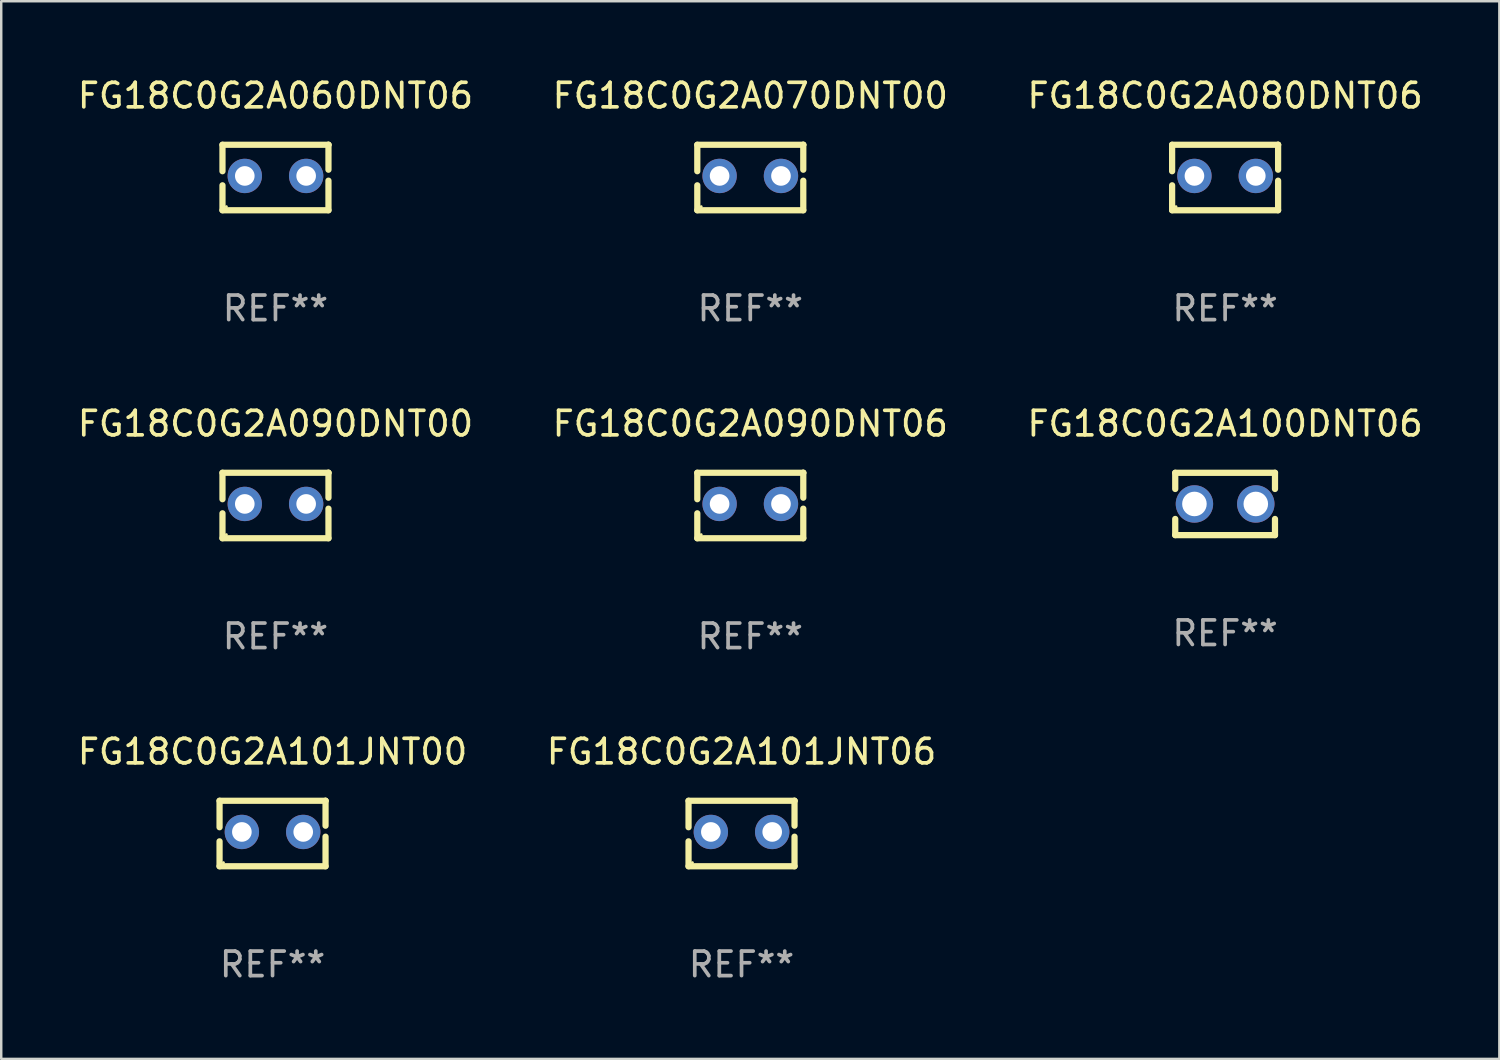
<source format=kicad_pcb>
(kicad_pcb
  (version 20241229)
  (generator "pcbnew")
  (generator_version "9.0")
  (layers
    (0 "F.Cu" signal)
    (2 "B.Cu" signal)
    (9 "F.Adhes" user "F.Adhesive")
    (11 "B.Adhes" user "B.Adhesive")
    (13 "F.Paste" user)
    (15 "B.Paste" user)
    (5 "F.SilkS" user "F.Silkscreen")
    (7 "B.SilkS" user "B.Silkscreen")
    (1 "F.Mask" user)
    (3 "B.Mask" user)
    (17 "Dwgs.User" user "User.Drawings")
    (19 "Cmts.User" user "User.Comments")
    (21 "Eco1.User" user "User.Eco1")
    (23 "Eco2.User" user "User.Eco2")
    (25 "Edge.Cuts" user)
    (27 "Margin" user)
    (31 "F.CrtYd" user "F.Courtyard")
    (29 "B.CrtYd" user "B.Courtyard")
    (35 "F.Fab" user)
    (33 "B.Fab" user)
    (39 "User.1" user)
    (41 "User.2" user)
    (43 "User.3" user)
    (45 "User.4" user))
  (footprint "FG18C0G2A100DNT06"
    (layer "F.Cu")
    (at 46.863 17.482)
    (property "Reference" "FG18C0G2A100DNT06" (at 0 -3.27 0) (layer "F.SilkS") (effects (font (size 1 1) (thickness 0.15))))
    (attr through_hole)
    (fp_line (start -2.032 -1.27) (end -2.032 -0.611) (stroke (width 0.254) (type solid)) (layer "F.SilkS"))
    (fp_line (start -2.032 0.611) (end -2.032 1.27) (stroke (width 0.254) (type solid)) (layer "F.SilkS"))
    (fp_line (start -2.032 1.27) (end 2.032 1.27) (stroke (width 0.254) (type solid)) (layer "F.SilkS"))
    (fp_line (start 2.032 -1.27) (end -2.032 -1.27) (stroke (width 0.254) (type solid)) (layer "F.SilkS"))
    (fp_line (start 2.032 -0.611) (end 2.032 -1.27) (stroke (width 0.254) (type solid)) (layer "F.SilkS"))
    (fp_line (start 2.032 1.27) (end 2.032 0.611) (stroke (width 0.254) (type solid)) (layer "F.SilkS"))
    (fp_circle (center -2 1.25) (end -1.97 1.25) (stroke (width 0.06) (type solid)) (fill no) (layer "F.SilkS"))
    (fp_text user "REF**" (at 0 5.27 0) (layer "F.Fab") (effects (font (size 1 1) (thickness 0.15))))
    (pad "1" thru_hole circle (at -1.25 0) (size 1.524 1.524) (drill 1) (layers "*.Cu" "*.Mask"))
    (pad "2" thru_hole circle (at 1.25 0) (size 1.524 1.524) (drill 1) (layers "*.Cu" "*.Mask")))
  (footprint "FG18C0G2A060DNT06"
    (layer "F.Cu")
    (at 8.173 4.182)
    (property "Reference" "FG18C0G2A060DNT06" (at 0 -3.334 0) (layer "F.SilkS") (effects (font (size 1 1) (thickness 0.15))))
    (attr through_hole)
    (fp_line (start -2.159 -1.334) (end 2.159 -1.334) (stroke (width 0.254) (type solid)) (layer "F.SilkS"))
    (fp_line (start -2.159 -0.256) (end -2.159 -1.334) (stroke (width 0.254) (type solid)) (layer "F.SilkS"))
    (fp_line (start -2.159 1.334) (end -2.159 0.318) (stroke (width 0.254) (type solid)) (layer "F.SilkS"))
    (fp_line (start 2.159 -1.334) (end 2.159 -1.334) (stroke (width 0.254) (type solid)) (layer "F.SilkS"))
    (fp_line (start 2.159 -1.334) (end 2.159 -0.318) (stroke (width 0.254) (type solid)) (layer "F.SilkS"))
    (fp_line (start 2.159 0.129) (end 2.159 1.334) (stroke (width 0.254) (type solid)) (layer "F.SilkS"))
    (fp_line (start 2.159 1.334) (end -2.159 1.334) (stroke (width 0.254) (type solid)) (layer "F.SilkS"))
    (fp_circle (center -2 1.186) (end -1.97 1.186) (stroke (width 0.06) (type solid)) (fill no) (layer "F.SilkS"))
    (fp_text user "REF**" (at 0 5.334 0) (layer "F.Fab") (effects (font (size 1 1) (thickness 0.15))))
    (pad "1" thru_hole circle (at -1.25 -0.064) (size 1.4 1.4) (drill 0.8) (layers "*.Cu" "*.Mask"))
    (pad "2" thru_hole circle (at 1.25 -0.064) (size 1.4 1.4) (drill 0.8) (layers "*.Cu" "*.Mask")))
  (footprint "FG18C0G2A101JNT00"
    (layer "F.Cu")
    (at 8.054 30.909)
    (property "Reference" "FG18C0G2A101JNT00" (at 0 -3.334 0) (layer "F.SilkS") (effects (font (size 1 1) (thickness 0.15))))
    (attr through_hole)
    (fp_line (start -2.159 -1.334) (end 2.159 -1.334) (stroke (width 0.254) (type solid)) (layer "F.SilkS"))
    (fp_line (start -2.159 -0.256) (end -2.159 -1.334) (stroke (width 0.254) (type solid)) (layer "F.SilkS"))
    (fp_line (start -2.159 1.334) (end -2.159 0.318) (stroke (width 0.254) (type solid)) (layer "F.SilkS"))
    (fp_line (start 2.159 -1.334) (end 2.159 -1.334) (stroke (width 0.254) (type solid)) (layer "F.SilkS"))
    (fp_line (start 2.159 -1.334) (end 2.159 -0.318) (stroke (width 0.254) (type solid)) (layer "F.SilkS"))
    (fp_line (start 2.159 0.129) (end 2.159 1.334) (stroke (width 0.254) (type solid)) (layer "F.SilkS"))
    (fp_line (start 2.159 1.334) (end -2.159 1.334) (stroke (width 0.254) (type solid)) (layer "F.SilkS"))
    (fp_circle (center -2 1.186) (end -1.97 1.186) (stroke (width 0.06) (type solid)) (fill no) (layer "F.SilkS"))
    (fp_text user "REF**" (at 0 5.334 0) (layer "F.Fab") (effects (font (size 1 1) (thickness 0.15))))
    (pad "1" thru_hole circle (at -1.25 -0.064) (size 1.4 1.4) (drill 0.8) (layers "*.Cu" "*.Mask"))
    (pad "2" thru_hole circle (at 1.25 -0.064) (size 1.4 1.4) (drill 0.8) (layers "*.Cu" "*.Mask")))
  (footprint "FG18C0G2A101JNT06"
    (layer "F.Cu")
    (at 27.161 30.909)
    (property "Reference" "FG18C0G2A101JNT06" (at 0 -3.334 0) (layer "F.SilkS") (effects (font (size 1 1) (thickness 0.15))))
    (attr through_hole)
    (fp_line (start -2.159 -1.334) (end 2.159 -1.334) (stroke (width 0.254) (type solid)) (layer "F.SilkS"))
    (fp_line (start -2.159 -0.256) (end -2.159 -1.334) (stroke (width 0.254) (type solid)) (layer "F.SilkS"))
    (fp_line (start -2.159 1.334) (end -2.159 0.318) (stroke (width 0.254) (type solid)) (layer "F.SilkS"))
    (fp_line (start 2.159 -1.334) (end 2.159 -1.334) (stroke (width 0.254) (type solid)) (layer "F.SilkS"))
    (fp_line (start 2.159 -1.334) (end 2.159 -0.318) (stroke (width 0.254) (type solid)) (layer "F.SilkS"))
    (fp_line (start 2.159 0.129) (end 2.159 1.334) (stroke (width 0.254) (type solid)) (layer "F.SilkS"))
    (fp_line (start 2.159 1.334) (end -2.159 1.334) (stroke (width 0.254) (type solid)) (layer "F.SilkS"))
    (fp_circle (center -2 1.186) (end -1.97 1.186) (stroke (width 0.06) (type solid)) (fill no) (layer "F.SilkS"))
    (fp_text user "REF**" (at 0 5.334 0) (layer "F.Fab") (effects (font (size 1 1) (thickness 0.15))))
    (pad "1" thru_hole circle (at -1.25 -0.064) (size 1.4 1.4) (drill 0.8) (layers "*.Cu" "*.Mask"))
    (pad "2" thru_hole circle (at 1.25 -0.064) (size 1.4 1.4) (drill 0.8) (layers "*.Cu" "*.Mask")))
  (footprint "FG18C0G2A070DNT00"
    (layer "F.Cu")
    (at 27.518 4.182)
    (property "Reference" "FG18C0G2A070DNT00" (at 0 -3.334 0) (layer "F.SilkS") (effects (font (size 1 1) (thickness 0.15))))
    (attr through_hole)
    (fp_line (start -2.159 -1.334) (end 2.159 -1.334) (stroke (width 0.254) (type solid)) (layer "F.SilkS"))
    (fp_line (start -2.159 -0.256) (end -2.159 -1.334) (stroke (width 0.254) (type solid)) (layer "F.SilkS"))
    (fp_line (start -2.159 1.334) (end -2.159 0.318) (stroke (width 0.254) (type solid)) (layer "F.SilkS"))
    (fp_line (start 2.159 -1.334) (end 2.159 -1.334) (stroke (width 0.254) (type solid)) (layer "F.SilkS"))
    (fp_line (start 2.159 -1.334) (end 2.159 -0.318) (stroke (width 0.254) (type solid)) (layer "F.SilkS"))
    (fp_line (start 2.159 0.129) (end 2.159 1.334) (stroke (width 0.254) (type solid)) (layer "F.SilkS"))
    (fp_line (start 2.159 1.334) (end -2.159 1.334) (stroke (width 0.254) (type solid)) (layer "F.SilkS"))
    (fp_circle (center -2 1.186) (end -1.97 1.186) (stroke (width 0.06) (type solid)) (fill no) (layer "F.SilkS"))
    (fp_text user "REF**" (at 0 5.334 0) (layer "F.Fab") (effects (font (size 1 1) (thickness 0.15))))
    (pad "1" thru_hole circle (at -1.25 -0.064) (size 1.4 1.4) (drill 0.8) (layers "*.Cu" "*.Mask"))
    (pad "2" thru_hole circle (at 1.25 -0.064) (size 1.4 1.4) (drill 0.8) (layers "*.Cu" "*.Mask")))
  (footprint "FG18C0G2A090DNT06"
    (layer "F.Cu")
    (at 27.518 17.545)
    (property "Reference" "FG18C0G2A090DNT06" (at 0 -3.334 0) (layer "F.SilkS") (effects (font (size 1 1) (thickness 0.15))))
    (attr through_hole)
    (fp_line (start -2.159 -1.334) (end 2.159 -1.334) (stroke (width 0.254) (type solid)) (layer "F.SilkS"))
    (fp_line (start -2.159 -0.256) (end -2.159 -1.334) (stroke (width 0.254) (type solid)) (layer "F.SilkS"))
    (fp_line (start -2.159 1.334) (end -2.159 0.318) (stroke (width 0.254) (type solid)) (layer "F.SilkS"))
    (fp_line (start 2.159 -1.334) (end 2.159 -1.334) (stroke (width 0.254) (type solid)) (layer "F.SilkS"))
    (fp_line (start 2.159 -1.334) (end 2.159 -0.318) (stroke (width 0.254) (type solid)) (layer "F.SilkS"))
    (fp_line (start 2.159 0.129) (end 2.159 1.334) (stroke (width 0.254) (type solid)) (layer "F.SilkS"))
    (fp_line (start 2.159 1.334) (end -2.159 1.334) (stroke (width 0.254) (type solid)) (layer "F.SilkS"))
    (fp_circle (center -2 1.186) (end -1.97 1.186) (stroke (width 0.06) (type solid)) (fill no) (layer "F.SilkS"))
    (fp_text user "REF**" (at 0 5.334 0) (layer "F.Fab") (effects (font (size 1 1) (thickness 0.15))))
    (pad "1" thru_hole circle (at -1.25 -0.064) (size 1.4 1.4) (drill 0.8) (layers "*.Cu" "*.Mask"))
    (pad "2" thru_hole circle (at 1.25 -0.064) (size 1.4 1.4) (drill 0.8) (layers "*.Cu" "*.Mask")))
  (footprint "FG18C0G2A090DNT00"
    (layer "F.Cu")
    (at 8.173 17.545)
    (property "Reference" "FG18C0G2A090DNT00" (at 0 -3.334 0) (layer "F.SilkS") (effects (font (size 1 1) (thickness 0.15))))
    (attr through_hole)
    (fp_line (start -2.159 -1.334) (end 2.159 -1.334) (stroke (width 0.254) (type solid)) (layer "F.SilkS"))
    (fp_line (start -2.159 -0.256) (end -2.159 -1.334) (stroke (width 0.254) (type solid)) (layer "F.SilkS"))
    (fp_line (start -2.159 1.334) (end -2.159 0.318) (stroke (width 0.254) (type solid)) (layer "F.SilkS"))
    (fp_line (start 2.159 -1.334) (end 2.159 -1.334) (stroke (width 0.254) (type solid)) (layer "F.SilkS"))
    (fp_line (start 2.159 -1.334) (end 2.159 -0.318) (stroke (width 0.254) (type solid)) (layer "F.SilkS"))
    (fp_line (start 2.159 0.129) (end 2.159 1.334) (stroke (width 0.254) (type solid)) (layer "F.SilkS"))
    (fp_line (start 2.159 1.334) (end -2.159 1.334) (stroke (width 0.254) (type solid)) (layer "F.SilkS"))
    (fp_circle (center -2 1.186) (end -1.97 1.186) (stroke (width 0.06) (type solid)) (fill no) (layer "F.SilkS"))
    (fp_text user "REF**" (at 0 5.334 0) (layer "F.Fab") (effects (font (size 1 1) (thickness 0.15))))
    (pad "1" thru_hole circle (at -1.25 -0.064) (size 1.4 1.4) (drill 0.8) (layers "*.Cu" "*.Mask"))
    (pad "2" thru_hole circle (at 1.25 -0.064) (size 1.4 1.4) (drill 0.8) (layers "*.Cu" "*.Mask")))
  (footprint "FG18C0G2A080DNT06"
    (layer "F.Cu")
    (at 46.863 4.182)
    (property "Reference" "FG18C0G2A080DNT06" (at 0 -3.334 0) (layer "F.SilkS") (effects (font (size 1 1) (thickness 0.15))))
    (attr through_hole)
    (fp_line (start -2.159 -1.334) (end 2.159 -1.334) (stroke (width 0.254) (type solid)) (layer "F.SilkS"))
    (fp_line (start -2.159 -0.256) (end -2.159 -1.334) (stroke (width 0.254) (type solid)) (layer "F.SilkS"))
    (fp_line (start -2.159 1.334) (end -2.159 0.318) (stroke (width 0.254) (type solid)) (layer "F.SilkS"))
    (fp_line (start 2.159 -1.334) (end 2.159 -1.334) (stroke (width 0.254) (type solid)) (layer "F.SilkS"))
    (fp_line (start 2.159 -1.334) (end 2.159 -0.318) (stroke (width 0.254) (type solid)) (layer "F.SilkS"))
    (fp_line (start 2.159 0.129) (end 2.159 1.334) (stroke (width 0.254) (type solid)) (layer "F.SilkS"))
    (fp_line (start 2.159 1.334) (end -2.159 1.334) (stroke (width 0.254) (type solid)) (layer "F.SilkS"))
    (fp_circle (center -2 1.186) (end -1.97 1.186) (stroke (width 0.06) (type solid)) (fill no) (layer "F.SilkS"))
    (fp_text user "REF**" (at 0 5.334 0) (layer "F.Fab") (effects (font (size 1 1) (thickness 0.15))))
    (pad "1" thru_hole circle (at -1.25 -0.064) (size 1.4 1.4) (drill 0.8) (layers "*.Cu" "*.Mask"))
    (pad "2" thru_hole circle (at 1.25 -0.064) (size 1.4 1.4) (drill 0.8) (layers "*.Cu" "*.Mask")))
  (gr_rect
    (start -3 -3)
    (end 58.036 40.091)
    (stroke (width 0.1) (type default))
    (fill no)
    (layer "Edge.Cuts")))
</source>
